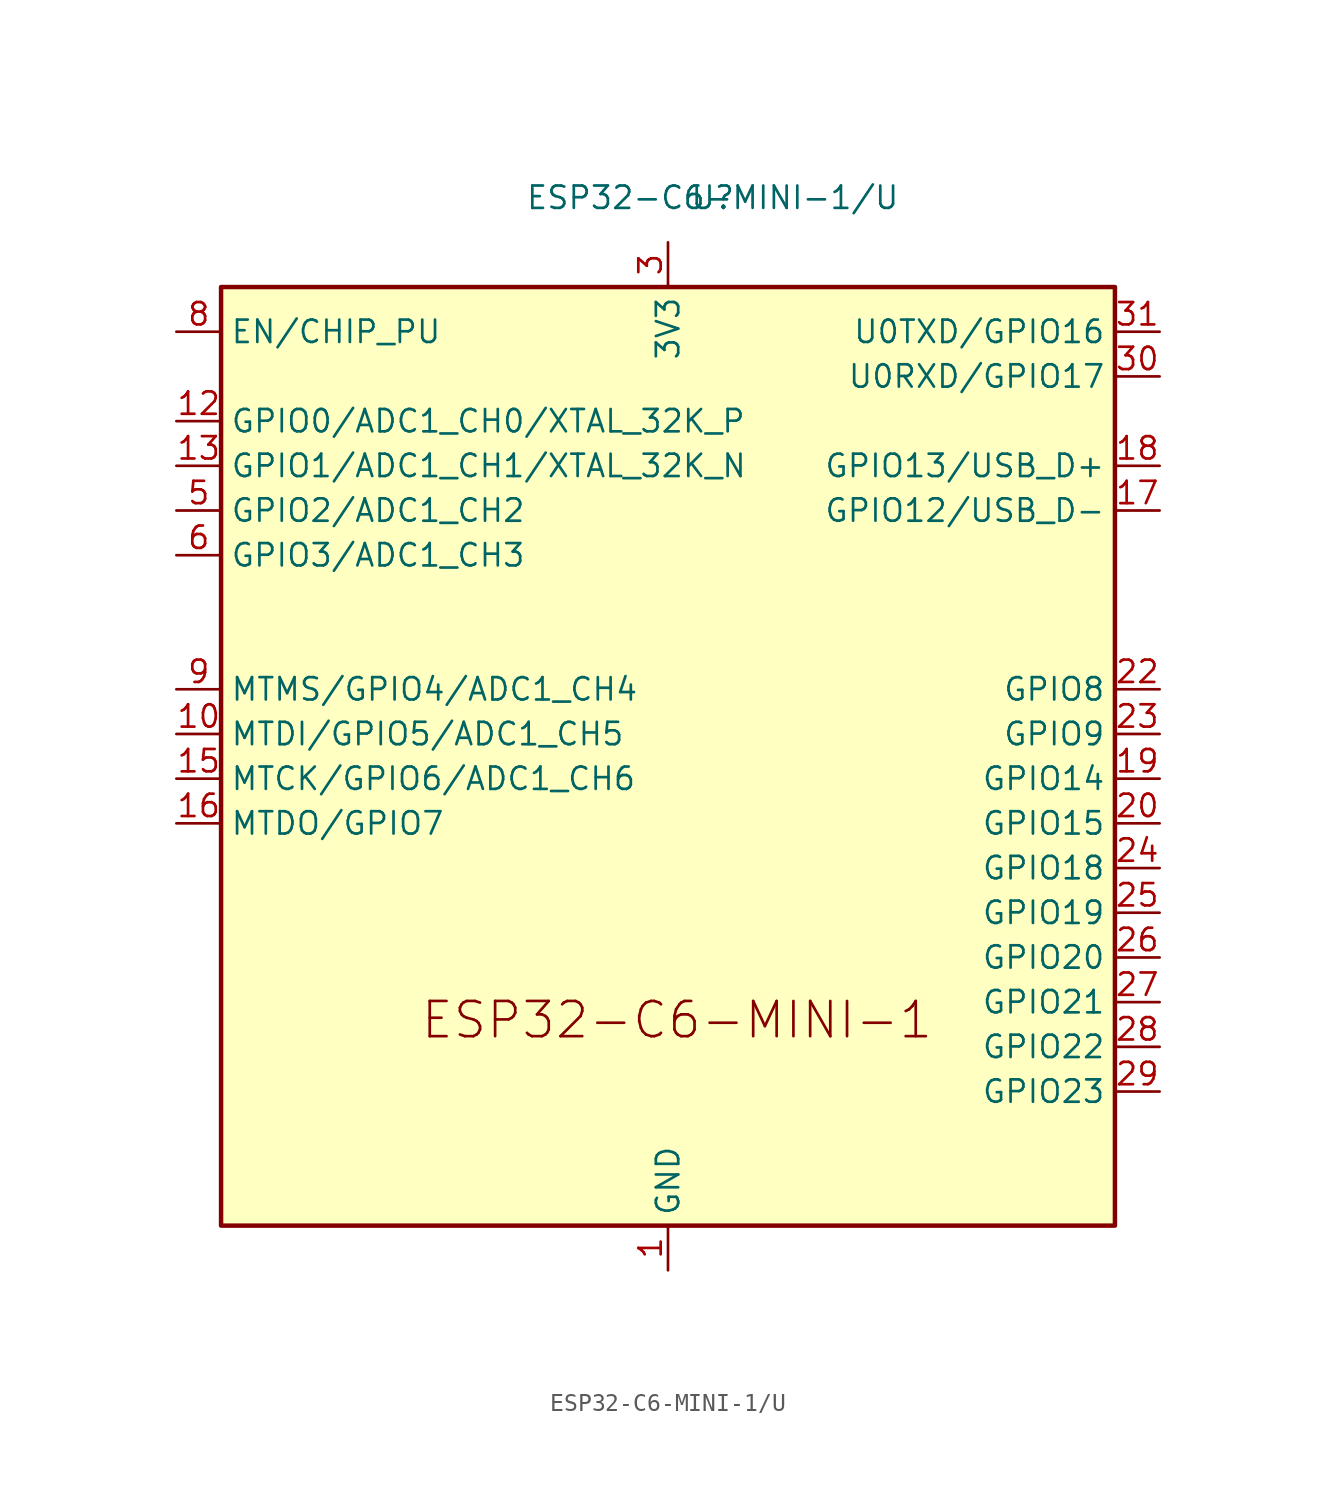
<source format=kicad_sym>
(kicad_symbol_lib
  (version 20241209)
  (generator "kicad_symbol_editor")
  (generator_version "9.0")
  (symbol "ESP32-C6-MINI-1/U"
    (property "Reference" "U"
      (at 0 0 0)
      (effects (font (size 1.27 1.27))))
    (property "Value" "ESP32-C6-MINI-1/U"
      (at 0 0 0)
      (effects (font (size 1.27 1.27))))
    (symbol "ESP32-C6-MINI-1/U_0_0"
      (text "ESP32-C6-MINI-1" (at -2.032 -46.736 0) (effects (font (size 2 2)))))
    (symbol "ESP32-C6-MINI-1/U_0_1"
      (rectangle (start -27.94 -5.08) (end 22.86 -58.42) (stroke (width 0.254) (type default)) (fill (type background))))
    (symbol "ESP32-C6-MINI-1/U_1_1"
      (pin input line (at -30.48 -7.62 0) (length 2.54) (name "EN/CHIP_PU" (effects (font (size 1.27 1.27)))) (number "8" (effects (font (size 1.27 1.27)))))
      (pin bidirectional line (at -30.48 -12.7 0) (length 2.54) (name "GPIO0/ADC1_CH0/XTAL_32K_P" (effects (font (size 1.27 1.27)))) (number "12" (effects (font (size 1.27 1.27)))))
      (pin bidirectional line (at -30.48 -15.24 0) (length 2.54) (name "GPIO1/ADC1_CH1/XTAL_32K_N" (effects (font (size 1.27 1.27)))) (number "13" (effects (font (size 1.27 1.27)))))
      (pin bidirectional line (at -30.48 -17.78 0) (length 2.54) (name "GPIO2/ADC1_CH2" (effects (font (size 1.27 1.27)))) (number "5" (effects (font (size 1.27 1.27)))))
      (pin bidirectional line (at -30.48 -20.32 0) (length 2.54) (name "GPIO3/ADC1_CH3" (effects (font (size 1.27 1.27)))) (number "6" (effects (font (size 1.27 1.27)))))
      (pin bidirectional line (at -30.48 -27.94 0) (length 2.54) (name "MTMS/GPIO4/ADC1_CH4" (effects (font (size 1.27 1.27)))) (number "9" (effects (font (size 1.27 1.27)))))
      (pin bidirectional line (at -30.48 -30.48 0) (length 2.54) (name "MTDI/GPIO5/ADC1_CH5" (effects (font (size 1.27 1.27)))) (number "10" (effects (font (size 1.27 1.27)))))
      (pin bidirectional line (at -30.48 -33.02 0) (length 2.54) (name "MTCK/GPIO6/ADC1_CH6" (effects (font (size 1.27 1.27)))) (number "15" (effects (font (size 1.27 1.27)))))
      (pin bidirectional line (at -30.48 -35.56 0) (length 2.54) (name "MTDO/GPIO7" (effects (font (size 1.27 1.27)))) (number "16" (effects (font (size 1.27 1.27)))))
      (pin no_connect line (at -27.94 -40.64 0) (length 2.54) (hide yes) (name "NC" (effects (font (size 1.27 1.27)))) (number "4" (effects (font (size 1.27 1.27)))))
      (pin no_connect line (at -27.94 -43.18 0) (length 2.54) (hide yes) (name "NC" (effects (font (size 1.27 1.27)))) (number "7" (effects (font (size 1.27 1.27)))))
      (pin no_connect line (at -27.94 -45.72 0) (length 2.54) (hide yes) (name "NC" (effects (font (size 1.27 1.27)))) (number "21" (effects (font (size 1.27 1.27)))))
      (pin no_connect line (at -27.94 -48.26 0) (length 2.54) (hide yes) (name "NC" (effects (font (size 1.27 1.27)))) (number "32" (effects (font (size 1.27 1.27)))))
      (pin no_connect line (at -27.94 -50.8 0) (length 2.54) (hide yes) (name "NC" (effects (font (size 1.27 1.27)))) (number "33" (effects (font (size 1.27 1.27)))))
      (pin no_connect line (at -27.94 -53.34 0) (length 2.54) (hide yes) (name "NC" (effects (font (size 1.27 1.27)))) (number "34" (effects (font (size 1.27 1.27)))))
      (pin no_connect line (at -27.94 -55.88 0) (length 2.54) (hide yes) (name "NC" (effects (font (size 1.27 1.27)))) (number "35" (effects (font (size 1.27 1.27)))))
      (pin power_in line (at -2.54 -2.54 270) (length 2.54) (name "3V3" (effects (font (size 1.27 1.27)))) (number "3" (effects (font (size 1.27 1.27)))))
      (pin power_in line (at -2.54 -60.96 90) (length 2.54) (name "GND" (effects (font (size 1.27 1.27)))) (number "1" (effects (font (size 1.27 1.27)))))
      (pin passive line (at -2.54 -60.96 90) (length 2.54) (hide yes) (name "GND" (effects (font (size 1.27 1.27)))) (number "11" (effects (font (size 1.27 1.27)))))
      (pin passive line (at -2.54 -60.96 90) (length 2.54) (hide yes) (name "GND" (effects (font (size 1.27 1.27)))) (number "14" (effects (font (size 1.27 1.27)))))
      (pin passive line (at -2.54 -60.96 90) (length 2.54) (hide yes) (name "GND" (effects (font (size 1.27 1.27)))) (number "2" (effects (font (size 1.27 1.27)))))
      (pin passive line (at -2.54 -60.96 90) (length 2.54) (hide yes) (name "GND" (effects (font (size 1.27 1.27)))) (number "36" (effects (font (size 1.27 1.27)))))
      (pin passive line (at -2.54 -60.96 90) (length 2.54) (hide yes) (name "GND" (effects (font (size 1.27 1.27)))) (number "37" (effects (font (size 1.27 1.27)))))
      (pin passive line (at -2.54 -60.96 90) (length 2.54) (hide yes) (name "GND" (effects (font (size 1.27 1.27)))) (number "38" (effects (font (size 1.27 1.27)))))
      (pin passive line (at -2.54 -60.96 90) (length 2.54) (hide yes) (name "GND" (effects (font (size 1.27 1.27)))) (number "39" (effects (font (size 1.27 1.27)))))
      (pin passive line (at -2.54 -60.96 90) (length 2.54) (hide yes) (name "GND" (effects (font (size 1.27 1.27)))) (number "40" (effects (font (size 1.27 1.27)))))
      (pin passive line (at -2.54 -60.96 90) (length 2.54) (hide yes) (name "GND" (effects (font (size 1.27 1.27)))) (number "41" (effects (font (size 1.27 1.27)))))
      (pin passive line (at -2.54 -60.96 90) (length 2.54) (hide yes) (name "GND" (effects (font (size 1.27 1.27)))) (number "42" (effects (font (size 1.27 1.27)))))
      (pin passive line (at -2.54 -60.96 90) (length 2.54) (hide yes) (name "GND" (effects (font (size 1.27 1.27)))) (number "43" (effects (font (size 1.27 1.27)))))
      (pin passive line (at -2.54 -60.96 90) (length 2.54) (hide yes) (name "GND" (effects (font (size 1.27 1.27)))) (number "44" (effects (font (size 1.27 1.27)))))
      (pin passive line (at -2.54 -60.96 90) (length 2.54) (hide yes) (name "GND" (effects (font (size 1.27 1.27)))) (number "45" (effects (font (size 1.27 1.27)))))
      (pin passive line (at -2.54 -60.96 90) (length 2.54) (hide yes) (name "GND" (effects (font (size 1.27 1.27)))) (number "46" (effects (font (size 1.27 1.27)))))
      (pin passive line (at -2.54 -60.96 90) (length 2.54) (hide yes) (name "GND" (effects (font (size 1.27 1.27)))) (number "47" (effects (font (size 1.27 1.27)))))
      (pin passive line (at -2.54 -60.96 90) (length 2.54) (hide yes) (name "GND" (effects (font (size 1.27 1.27)))) (number "48" (effects (font (size 1.27 1.27)))))
      (pin passive line (at -2.54 -60.96 90) (length 2.54) (hide yes) (name "GND" (effects (font (size 1.27 1.27)))) (number "49" (effects (font (size 1.27 1.27)))))
      (pin passive line (at -2.54 -60.96 90) (length 2.54) (hide yes) (name "GND" (effects (font (size 1.27 1.27)))) (number "50" (effects (font (size 1.27 1.27)))))
      (pin passive line (at -2.54 -60.96 90) (length 2.54) (hide yes) (name "GND" (effects (font (size 1.27 1.27)))) (number "51" (effects (font (size 1.27 1.27)))))
      (pin passive line (at -2.54 -60.96 90) (length 2.54) (hide yes) (name "GND" (effects (font (size 1.27 1.27)))) (number "52" (effects (font (size 1.27 1.27)))))
      (pin passive line (at -2.54 -60.96 90) (length 2.54) (hide yes) (name "GND" (effects (font (size 1.27 1.27)))) (number "53" (effects (font (size 1.27 1.27)))))
      (pin bidirectional line (at 25.4 -7.62 180) (length 2.54) (name "U0TXD/GPIO16" (effects (font (size 1.27 1.27)))) (number "31" (effects (font (size 1.27 1.27)))))
      (pin bidirectional line (at 25.4 -10.16 180) (length 2.54) (name "U0RXD/GPIO17" (effects (font (size 1.27 1.27)))) (number "30" (effects (font (size 1.27 1.27)))))
      (pin bidirectional line (at 25.4 -15.24 180) (length 2.54) (name "GPIO13/USB_D+" (effects (font (size 1.27 1.27)))) (number "18" (effects (font (size 1.27 1.27)))))
      (pin bidirectional line (at 25.4 -17.78 180) (length 2.54) (name "GPIO12/USB_D-" (effects (font (size 1.27 1.27)))) (number "17" (effects (font (size 1.27 1.27)))))
      (pin bidirectional line (at 25.4 -27.94 180) (length 2.54) (name "GPIO8" (effects (font (size 1.27 1.27)))) (number "22" (effects (font (size 1.27 1.27)))))
      (pin bidirectional line (at 25.4 -30.48 180) (length 2.54) (name "GPIO9" (effects (font (size 1.27 1.27)))) (number "23" (effects (font (size 1.27 1.27)))))
      (pin bidirectional line (at 25.4 -33.02 180) (length 2.54) (name "GPIO14" (effects (font (size 1.27 1.27)))) (number "19" (effects (font (size 1.27 1.27)))))
      (pin bidirectional line (at 25.4 -35.56 180) (length 2.54) (name "GPIO15" (effects (font (size 1.27 1.27)))) (number "20" (effects (font (size 1.27 1.27)))))
      (pin bidirectional line (at 25.4 -38.1 180) (length 2.54) (name "GPIO18" (effects (font (size 1.27 1.27)))) (number "24" (effects (font (size 1.27 1.27)))))
      (pin bidirectional line (at 25.4 -40.64 180) (length 2.54) (name "GPIO19" (effects (font (size 1.27 1.27)))) (number "25" (effects (font (size 1.27 1.27)))))
      (pin bidirectional line (at 25.4 -43.18 180) (length 2.54) (name "GPIO20" (effects (font (size 1.27 1.27)))) (number "26" (effects (font (size 1.27 1.27)))))
      (pin bidirectional line (at 25.4 -45.72 180) (length 2.54) (name "GPIO21" (effects (font (size 1.27 1.27)))) (number "27" (effects (font (size 1.27 1.27)))))
      (pin bidirectional line (at 25.4 -48.26 180) (length 2.54) (name "GPIO22" (effects (font (size 1.27 1.27)))) (number "28" (effects (font (size 1.27 1.27)))))
      (pin bidirectional line (at 25.4 -50.8 180) (length 2.54) (name "GPIO23" (effects (font (size 1.27 1.27)))) (number "29" (effects (font (size 1.27 1.27))))))))
</source>
